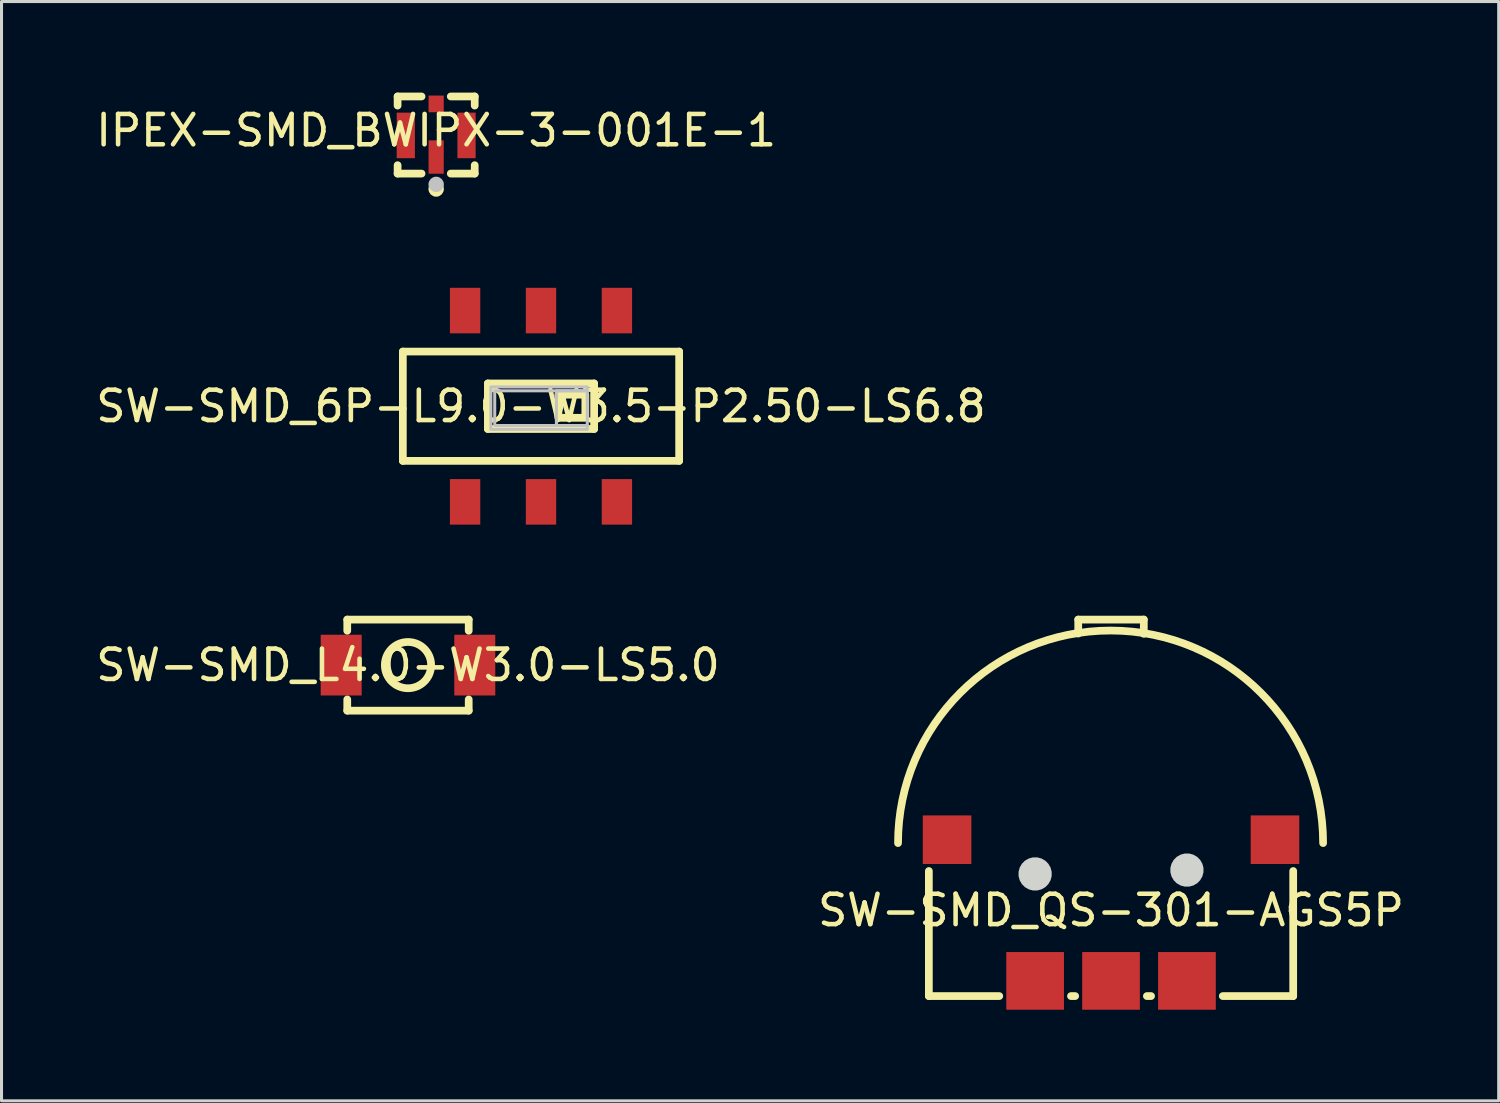
<source format=kicad_pcb>
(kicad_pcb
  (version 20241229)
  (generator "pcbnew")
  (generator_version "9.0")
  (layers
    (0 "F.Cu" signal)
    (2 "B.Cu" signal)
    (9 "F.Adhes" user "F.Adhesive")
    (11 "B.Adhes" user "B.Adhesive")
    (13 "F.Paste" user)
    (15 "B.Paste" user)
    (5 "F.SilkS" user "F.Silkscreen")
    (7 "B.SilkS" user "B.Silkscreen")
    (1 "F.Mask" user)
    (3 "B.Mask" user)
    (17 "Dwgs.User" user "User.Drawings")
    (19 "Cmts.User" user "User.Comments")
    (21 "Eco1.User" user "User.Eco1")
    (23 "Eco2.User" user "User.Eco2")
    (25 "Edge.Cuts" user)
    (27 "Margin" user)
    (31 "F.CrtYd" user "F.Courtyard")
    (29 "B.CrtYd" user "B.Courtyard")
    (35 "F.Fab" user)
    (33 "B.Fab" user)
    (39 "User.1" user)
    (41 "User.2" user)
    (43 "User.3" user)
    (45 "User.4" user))
  (footprint "SW-SMD_L4.0-W3.0-LS5.0"
    (layer "F.Cu")
    (at 10.387 18.856)
    (property "Reference" "SW-SMD_L4.0-W3.0-LS5.0" (at 0 0 0) (layer "F.SilkS") (effects (font (size 1 1) (thickness 0.15))))
    (fp_line (start -2 -1.5) (end 2 -1.5) (stroke (width 0.254) (type default)) (layer "F.SilkS"))
    (fp_line (start -2 -1.131) (end -2 -1.5) (stroke (width 0.254) (type default)) (layer "F.SilkS"))
    (fp_line (start -2 1.5) (end -2 1.131) (stroke (width 0.254) (type default)) (layer "F.SilkS"))
    (fp_line (start 2 -1.5) (end 2 -1.131) (stroke (width 0.254) (type default)) (layer "F.SilkS"))
    (fp_line (start 2 1.131) (end 2 1.5) (stroke (width 0.254) (type default)) (layer "F.SilkS"))
    (fp_line (start 2 1.5) (end -2 1.5) (stroke (width 0.254) (type default)) (layer "F.SilkS"))
    (fp_circle (center 0 0) (end 0.762 0) (stroke (width 0.254) (type default)) (fill no) (layer "F.SilkS"))
    (fp_poly (pts (xy -2.503 -0.65) (xy -1.803 -0.65) (xy -1.803 0.65) (xy -2.503 0.65)) (stroke (width 0.1) (type default)) (fill no) (layer "User.1"))
    (fp_poly (pts (xy 1.803 -0.65) (xy 2.503 -0.65) (xy 2.503 0.65) (xy 1.803 0.65)) (stroke (width 0.1) (type default)) (fill no) (layer "User.1"))
    (fp_line (start -2 -1.5) (end 2 -1.5) (stroke (width 0.051) (type default)) (layer "User.2"))
    (fp_line (start -2 1.5) (end -2 -1.5) (stroke (width 0.051) (type default)) (layer "User.2"))
    (fp_line (start 2 -1.5) (end 2 1.5) (stroke (width 0.051) (type default)) (layer "User.2"))
    (fp_line (start 2 1.5) (end -2 1.5) (stroke (width 0.051) (type default)) (layer "User.2"))
    (fp_poly (pts (xy -2.448 1.477) (xy -2.48 1.445) (xy -2.526 1.445) (xy -2.558 1.477) (xy -2.558 1.523) (xy -2.526 1.555) (xy -2.48 1.555) (xy -2.448 1.523)) (stroke (width 0.1) (type default)) (fill no) (layer "User.3"))
    (pad "1" smd rect (at -2.2 0) (size 1.35 2) (layers "F.Cu" "F.Mask" "F.Paste"))
    (pad "2" smd rect (at 2.2 0) (size 1.35 2) (layers "F.Cu" "F.Mask" "F.Paste")))
  (footprint "SW-SMD_6P-L9.0-W3.5-P2.50-LS6.8"
    (layer "F.Cu")
    (at 14.768 10.329)
    (property "Reference" "SW-SMD_6P-L9.0-W3.5-P2.50-LS6.8" (at 0 0 0) (layer "F.SilkS") (effects (font (size 1 1) (thickness 0.15))))
    (fp_line (start -4.55 -1.8) (end 4.55 -1.8) (stroke (width 0.254) (type default)) (layer "F.SilkS"))
    (fp_line (start -4.55 1.8) (end -4.55 -1.8) (stroke (width 0.254) (type default)) (layer "F.SilkS"))
    (fp_line (start -1.75 -0.75) (end 1.75 -0.75) (stroke (width 0.254) (type default)) (layer "F.SilkS"))
    (fp_line (start -1.75 0.75) (end -1.75 -0.75) (stroke (width 0.254) (type default)) (layer "F.SilkS"))
    (fp_line (start 1.75 -0.75) (end 1.75 0.75) (stroke (width 0.254) (type default)) (layer "F.SilkS"))
    (fp_line (start 1.75 0.75) (end -1.75 0.75) (stroke (width 0.254) (type default)) (layer "F.SilkS"))
    (fp_line (start 4.55 -1.8) (end 4.55 1.8) (stroke (width 0.254) (type default)) (layer "F.SilkS"))
    (fp_line (start 4.55 1.8) (end -4.55 1.8) (stroke (width 0.254) (type default)) (layer "F.SilkS"))
    (fp_rect (start 0.572 -0.381) (end 1.46 0.381) (stroke (width 0.254) (type default)) (fill no) (layer "F.SilkS"))
    (fp_poly (pts (xy 0.508 -0.508) (xy 1.524 -0.508) (xy 1.524 0.635) (xy 0.508 0.635)) (stroke (width 0.1) (type default)) (fill no) (layer "Dwgs.User"))
    (fp_poly (pts (xy 1.524 -0.635) (xy -1.651 -0.635) (xy -1.651 0.762) (xy 1.524 0.762) (xy 1.524 0.635) (xy -1.524 0.635) (xy -1.524 -0.508) (xy 1.524 -0.508)) (stroke (width 0.1) (type default)) (fill no) (layer "Dwgs.User"))
    (fp_poly (pts (xy -2.8 -2.7) (xy -2.8 -3.4) (xy -2.2 -3.4) (xy -2.2 -2.7)) (stroke (width 0.1) (type default)) (fill no) (layer "User.1"))
    (fp_poly (pts (xy -2.8 -1.74) (xy -2.8 -2.71) (xy -2.2 -2.71) (xy -2.2 -1.74)) (stroke (width 0.1) (type default)) (fill no) (layer "User.1"))
    (fp_poly (pts (xy -2.8 2.71) (xy -2.8 1.74) (xy -2.2 1.74) (xy -2.2 2.71)) (stroke (width 0.1) (type default)) (fill no) (layer "User.1"))
    (fp_poly (pts (xy -2.8 3.4) (xy -2.8 2.7) (xy -2.2 2.7) (xy -2.2 3.4)) (stroke (width 0.1) (type default)) (fill no) (layer "User.1"))
    (fp_poly (pts (xy -0.3 -2.7) (xy -0.3 -3.4) (xy 0.3 -3.4) (xy 0.3 -2.7)) (stroke (width 0.1) (type default)) (fill no) (layer "User.1"))
    (fp_poly (pts (xy -0.3 -1.74) (xy -0.3 -2.71) (xy 0.3 -2.71) (xy 0.3 -1.74)) (stroke (width 0.1) (type default)) (fill no) (layer "User.1"))
    (fp_poly (pts (xy -0.3 2.71) (xy -0.3 1.74) (xy 0.3 1.74) (xy 0.3 2.71)) (stroke (width 0.1) (type default)) (fill no) (layer "User.1"))
    (fp_poly (pts (xy -0.3 3.4) (xy -0.3 2.7) (xy 0.3 2.7) (xy 0.3 3.4)) (stroke (width 0.1) (type default)) (fill no) (layer "User.1"))
    (fp_poly (pts (xy 2.2 -2.7) (xy 2.2 -3.4) (xy 2.8 -3.4) (xy 2.8 -2.7)) (stroke (width 0.1) (type default)) (fill no) (layer "User.1"))
    (fp_poly (pts (xy 2.2 -1.74) (xy 2.2 -2.71) (xy 2.8 -2.71) (xy 2.8 -1.74)) (stroke (width 0.1) (type default)) (fill no) (layer "User.1"))
    (fp_poly (pts (xy 2.2 2.71) (xy 2.2 1.74) (xy 2.8 1.74) (xy 2.8 2.71)) (stroke (width 0.1) (type default)) (fill no) (layer "User.1"))
    (fp_poly (pts (xy 2.2 3.4) (xy 2.2 2.7) (xy 2.8 2.7) (xy 2.8 3.4)) (stroke (width 0.1) (type default)) (fill no) (layer "User.1"))
    (fp_line (start -4.5 -1.75) (end 4.5 -1.75) (stroke (width 0.051) (type default)) (layer "User.2"))
    (fp_line (start -4.5 1.75) (end -4.5 -1.75) (stroke (width 0.051) (type default)) (layer "User.2"))
    (fp_line (start 4.5 -1.75) (end 4.5 1.75) (stroke (width 0.051) (type default)) (layer "User.2"))
    (fp_line (start 4.5 1.75) (end -4.5 1.75) (stroke (width 0.051) (type default)) (layer "User.2"))
    (fp_poly (pts (xy -4.445 -3.423) (xy -4.477 -3.455) (xy -4.523 -3.455) (xy -4.555 -3.423) (xy -4.555 -3.377) (xy -4.523 -3.345) (xy -4.477 -3.345) (xy -4.445 -3.377)) (stroke (width 0.1) (type default)) (fill no) (layer "User.3"))
    (pad "1" smd rect (at -2.5 -3.15 90) (size 1.5 1) (layers "F.Cu" "F.Mask" "F.Paste"))
    (pad "2" smd rect (at 0 -3.15 90) (size 1.5 1) (layers "F.Cu" "F.Mask" "F.Paste"))
    (pad "3" smd rect (at 2.5 -3.15 90) (size 1.5 1) (layers "F.Cu" "F.Mask" "F.Paste"))
    (pad "4" smd rect (at -2.5 3.15 90) (size 1.5 1) (layers "F.Cu" "F.Mask" "F.Paste"))
    (pad "5" smd rect (at 0 3.15 90) (size 1.5 1) (layers "F.Cu" "F.Mask" "F.Paste"))
    (pad "6" smd rect (at 2.5 3.15 90) (size 1.5 1) (layers "F.Cu" "F.Mask" "F.Paste")))
  (footprint "SW-SMD_QS-301-AGS5P"
    (layer "F.Cu")
    (at 33.542 26.931)
    (property "Reference" "SW-SMD_QS-301-AGS5P" (at 0 0 0) (layer "F.SilkS") (effects (font (size 1 1) (thickness 0.15))))
    (fp_line (start -6 2.825) (end -6 -1.294) (stroke (width 0.254) (type default)) (layer "F.SilkS"))
    (fp_line (start -6 2.825) (end -3.681 2.825) (stroke (width 0.254) (type default)) (layer "F.SilkS"))
    (fp_line (start -1.319 2.825) (end -1.181 2.825) (stroke (width 0.254) (type default)) (layer "F.SilkS"))
    (fp_line (start -1.08 -9.575) (end -1.08 -9.115) (stroke (width 0.254) (type default)) (layer "F.SilkS"))
    (fp_line (start -1.08 -9.575) (end 1.08 -9.575) (stroke (width 0.254) (type default)) (layer "F.SilkS"))
    (fp_line (start 1.08 -9.575) (end 1.08 -9.105) (stroke (width 0.254) (type default)) (layer "F.SilkS"))
    (fp_line (start 1.181 2.825) (end 1.319 2.825) (stroke (width 0.254) (type default)) (layer "F.SilkS"))
    (fp_line (start 3.681 2.825) (end 6 2.825) (stroke (width 0.254) (type default)) (layer "F.SilkS"))
    (fp_line (start 6 2.825) (end 6 -1.294) (stroke (width 0.254) (type default)) (layer "F.SilkS"))
    (fp_arc (start -7.015 -2.214) (mid -0.015 -9.200513) (end 6.985 -2.214) (stroke (width 0.254) (type default)) (layer "F.SilkS"))
    (fp_poly (pts (xy -1.955 -1.27) (xy -1.992 -1.408) (xy -2.064 -1.533) (xy -2.165 -1.634) (xy -2.29 -1.706) (xy -2.428 -1.743) (xy -2.572 -1.743) (xy -2.71 -1.706) (xy -2.835 -1.634) (xy -2.936 -1.533) (xy -3.008 -1.408) (xy -3.045 -1.27) (xy -3.045 -1.126) (xy -3.008 -0.988) (xy -2.936 -0.863) (xy -2.835 -0.762) (xy -2.71 -0.69) (xy -2.572 -0.653) (xy -2.428 -0.653) (xy -2.29 -0.69) (xy -2.165 -0.762) (xy -2.064 -0.863) (xy -1.992 -0.988) (xy -1.955 -1.126)) (stroke (width 0) (type default)) (fill yes) (layer "Edge.Cuts"))
    (fp_poly (pts (xy 3.045 -1.397) (xy 3.008 -1.535) (xy 2.936 -1.66) (xy 2.835 -1.761) (xy 2.71 -1.833) (xy 2.572 -1.87) (xy 2.428 -1.87) (xy 2.29 -1.833) (xy 2.165 -1.761) (xy 2.064 -1.66) (xy 1.992 -1.535) (xy 1.955 -1.397) (xy 1.955 -1.253) (xy 1.992 -1.115) (xy 2.064 -0.99) (xy 2.165 -0.889) (xy 2.29 -0.817) (xy 2.428 -0.78) (xy 2.572 -0.78) (xy 2.71 -0.817) (xy 2.835 -0.889) (xy 2.936 -0.99) (xy 3.008 -1.115) (xy 3.045 -1.253)) (stroke (width 0) (type default)) (fill yes) (layer "Edge.Cuts"))
    (pad "1" smd rect (at -2.5 2.325) (size 1.9 1.9) (layers "F.Cu" "F.Mask" "F.Paste"))
    (pad "2" smd rect (at 0 2.325) (size 1.9 1.9) (layers "F.Cu" "F.Mask" "F.Paste"))
    (pad "3" smd rect (at 2.5 2.325) (size 1.9 1.9) (layers "F.Cu" "F.Mask" "F.Paste"))
    (pad "4" smd rect (at 5.4 -2.325) (size 1.6 1.6) (layers "F.Cu" "F.Mask" "F.Paste"))
    (pad "5" smd rect (at -5.4 -2.325) (size 1.6 1.6) (layers "F.Cu" "F.Mask" "F.Paste")))
  (footprint "IPEX-SMD_BWIPX-3-001E-1"
    (layer "F.Cu")
    (at 11.315 1.247)
    (property "Reference" "IPEX-SMD_BWIPX-3-001E-1" (at 0 0 0) (layer "F.SilkS") (effects (font (size 1 1) (thickness 0.15))))
    (fp_line (start -1.27 -1.12) (end -1.27 -0.819) (stroke (width 0.254) (type default)) (layer "F.SilkS"))
    (fp_line (start -1.27 1.143) (end -1.27 1.42) (stroke (width 0.254) (type default)) (layer "F.SilkS"))
    (fp_line (start -1.27 1.42) (end -0.481 1.42) (stroke (width 0.254) (type default)) (layer "F.SilkS"))
    (fp_line (start -0.481 -1.12) (end -1.27 -1.12) (stroke (width 0.254) (type default)) (layer "F.SilkS"))
    (fp_line (start 0.481 1.42) (end 1.27 1.42) (stroke (width 0.254) (type default)) (layer "F.SilkS"))
    (fp_line (start 1.27 -1.12) (end 0.481 -1.12) (stroke (width 0.254) (type default)) (layer "F.SilkS"))
    (fp_line (start 1.27 -0.819) (end 1.27 -1.12) (stroke (width 0.254) (type default)) (layer "F.SilkS"))
    (fp_line (start 1.27 1.42) (end 1.27 1.143) (stroke (width 0.254) (type default)) (layer "F.SilkS"))
    (fp_circle (center 0 1.928) (end 0.127 1.928) (stroke (width 0.254) (type default)) (fill no) (layer "F.SilkS"))
    (fp_circle (center 0 1.776) (end 0.127 1.776) (stroke (width 0.254) (type default)) (fill no) (layer "Dwgs.User"))
    (fp_poly (pts (xy -1 0.762) (xy -1 -0.438) (xy -0.7 -0.438) (xy -0.7 0.762)) (stroke (width 0.1) (type default)) (fill no) (layer "User.1"))
    (fp_poly (pts (xy -0.15 -0.6) (xy -0.15 -0.9) (xy 0.15 -0.9) (xy 0.15 -0.6)) (stroke (width 0.1) (type default)) (fill no) (layer "User.1"))
    (fp_poly (pts (xy -0.15 1.125) (xy -0.15 0.325) (xy 0.15 0.325) (xy 0.15 1.125)) (stroke (width 0.1) (type default)) (fill no) (layer "User.1"))
    (fp_poly (pts (xy 0.7 0.762) (xy 0.7 -0.438) (xy 1 -0.438) (xy 1 0.762)) (stroke (width 0.1) (type default)) (fill no) (layer "User.1"))
    (fp_line (start -0.85 -0.725) (end 0.85 -0.725) (stroke (width 0.051) (type default)) (layer "User.2"))
    (fp_line (start -0.85 0.975) (end -0.85 -0.725) (stroke (width 0.051) (type default)) (layer "User.2"))
    (fp_line (start 0.85 -0.725) (end 0.85 0.975) (stroke (width 0.051) (type default)) (layer "User.2"))
    (fp_line (start 0.85 0.975) (end -0.85 0.975) (stroke (width 0.051) (type default)) (layer "User.2"))
    (fp_poly (pts (xy 1.055 1.102) (xy 1.023 1.07) (xy 0.977 1.07) (xy 0.945 1.102) (xy 0.945 1.148) (xy 0.977 1.18) (xy 1.023 1.18) (xy 1.055 1.148)) (stroke (width 0.1) (type default)) (fill no) (layer "User.3"))
    (pad "1" smd rect (at 0 0.875) (size 0.5 1.1) (layers "F.Cu" "F.Mask" "F.Paste"))
    (pad "2" smd rect (at 1 0.163) (size 0.6 1.5) (layers "F.Cu" "F.Mask" "F.Paste"))
    (pad "3" smd rect (at -1 0.163) (size 0.6 1.5) (layers "F.Cu" "F.Mask" "F.Paste"))
    (pad "4" smd rect (at 0 -0.875) (size 0.5 0.55) (layers "F.Cu" "F.Mask" "F.Paste")))
  (gr_rect
    (start -3 -3)
    (end 46.31 33.206)
    (stroke (width 0.1) (type default))
    (fill no)
    (layer "Edge.Cuts")))
</source>
